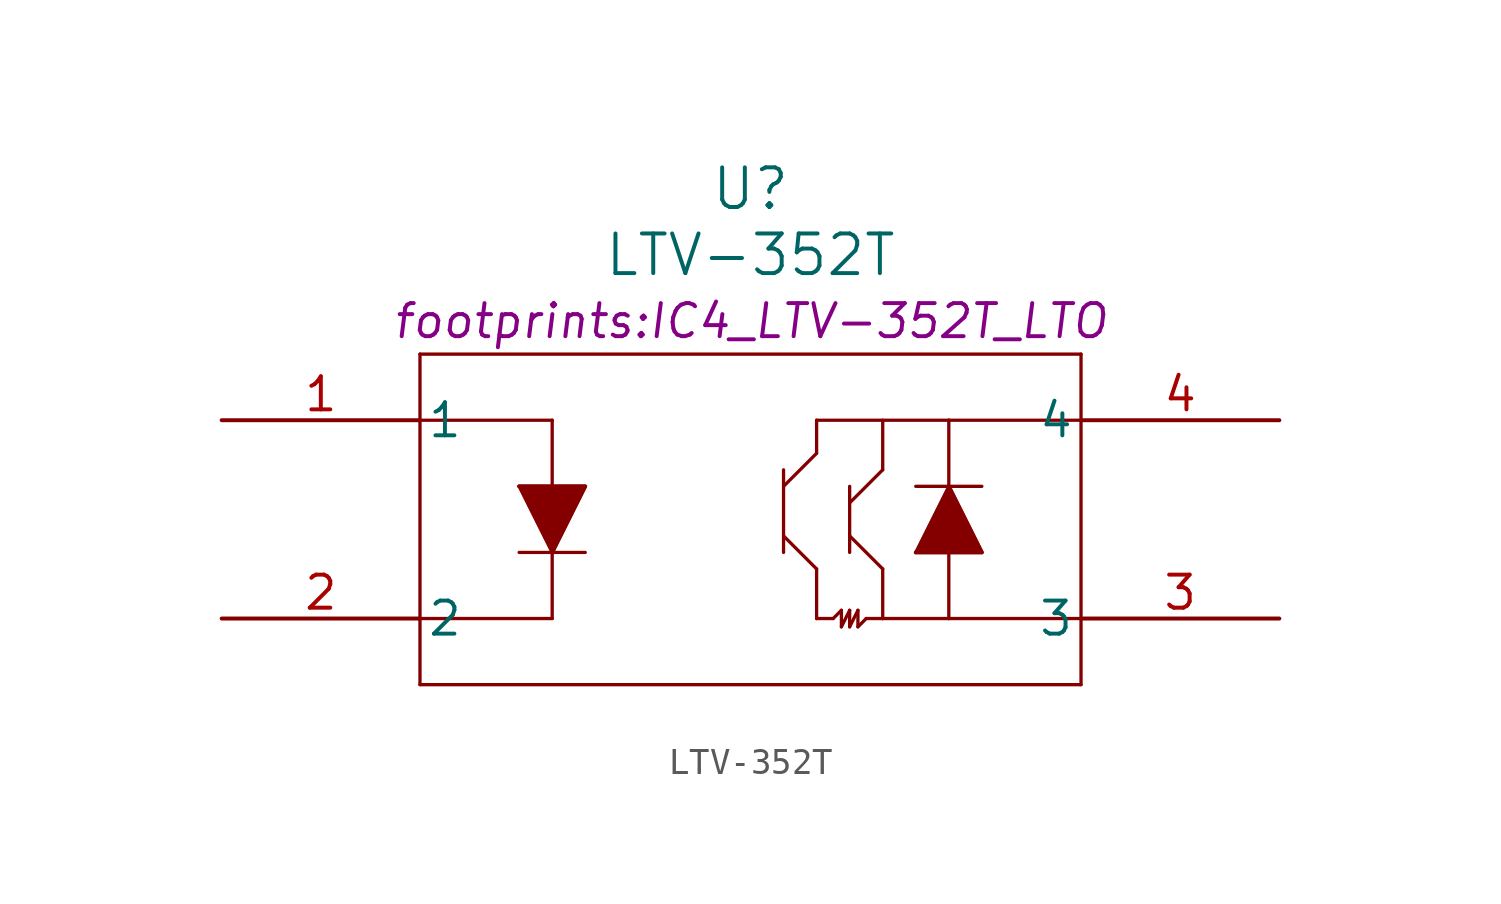
<source format=kicad_sym>
(kicad_symbol_lib
  (version 20220914)
  (generator kicad_symbol_editor)
  (symbol "LTV-352T"
    (pin_names
      (offset 0.254))
    (property "Reference" "U"
      (at 0 12.7 0)
      (effects (font (size 1.524 1.524))))
    (property "Value" "LTV-352T"
      (at 0 10.16 0)
      (effects (font (size 1.524 1.524))))
    (property "Footprint" "footprints:IC4_LTV-352T_LTO"
      (at 0 7.62 0)
      (effects (font (size 1.27 1.27) italic)))
    (symbol "LTV-352T_0_1"
      (polyline (pts (xy -12.7 -6.35) (xy 12.7 -6.35)) (stroke (width 0.127) (type default)) (fill (type none)))
      (polyline (pts (xy -12.7 -3.81) (xy -7.62 -3.81)) (stroke (width 0.127) (type default)) (fill (type none)))
      (polyline (pts (xy -12.7 3.81) (xy -7.62 3.81)) (stroke (width 0.127) (type default)) (fill (type none)))
      (polyline (pts (xy -12.7 6.35) (xy -12.7 -6.35)) (stroke (width 0.127) (type default)) (fill (type none)))
      (polyline (pts (xy -8.89 -1.27) (xy -6.35 -1.27)) (stroke (width 0.127) (type default)) (fill (type none)))
      (polyline (pts (xy -8.89 1.27) (xy -7.62 -1.27)) (stroke (width 0.127) (type default)) (fill (type none)))
      (polyline (pts (xy -8.89 1.27) (xy -6.35 1.27)) (stroke (width 0.127) (type default)) (fill (type none)))
      (polyline (pts (xy -7.62 3.81) (xy -7.62 -3.81)) (stroke (width 0.127) (type default)) (fill (type none)))
      (polyline (pts (xy -6.35 1.27) (xy -7.62 -1.27)) (stroke (width 0.127) (type default)) (fill (type none)))
      (polyline (pts (xy 1.27 -0.635) (xy 2.54 -1.905)) (stroke (width 0.127) (type default)) (fill (type none)))
      (polyline (pts (xy 1.27 1.905) (xy 1.27 -1.27)) (stroke (width 0.127) (type default)) (fill (type none)))
      (polyline (pts (xy 2.54 -3.81) (xy 3.175 -3.81)) (stroke (width 0.127) (type default)) (fill (type none)))
      (polyline (pts (xy 2.54 -1.905) (xy 2.54 -3.81)) (stroke (width 0.127) (type default)) (fill (type none)))
      (polyline (pts (xy 2.54 2.54) (xy 1.27 1.27)) (stroke (width 0.127) (type default)) (fill (type none)))
      (polyline (pts (xy 2.54 3.81) (xy 2.54 2.54)) (stroke (width 0.127) (type default)) (fill (type none)))
      (polyline (pts (xy 3.175 -3.81) (xy 3.493 -3.493)) (stroke (width 0.127) (type default)) (fill (type none)))
      (polyline (pts (xy 3.493 -4.128) (xy 3.81 -3.493)) (stroke (width 0.127) (type default)) (fill (type none)))
      (polyline (pts (xy 3.493 -3.493) (xy 3.493 -4.128)) (stroke (width 0.127) (type default)) (fill (type none)))
      (polyline (pts (xy 3.81 -4.128) (xy 4.128 -3.493)) (stroke (width 0.127) (type default)) (fill (type none)))
      (polyline (pts (xy 3.81 -3.493) (xy 3.81 -4.128)) (stroke (width 0.127) (type default)) (fill (type none)))
      (polyline (pts (xy 3.81 -0.635) (xy 5.08 -1.905)) (stroke (width 0.127) (type default)) (fill (type none)))
      (polyline (pts (xy 3.81 0.635) (xy 5.08 1.905)) (stroke (width 0.127) (type default)) (fill (type none)))
      (polyline (pts (xy 3.81 1.27) (xy 3.81 -1.27)) (stroke (width 0.127) (type default)) (fill (type none)))
      (polyline (pts (xy 4.128 -4.128) (xy 4.445 -3.81)) (stroke (width 0.127) (type default)) (fill (type none)))
      (polyline (pts (xy 4.128 -3.493) (xy 4.128 -4.128)) (stroke (width 0.127) (type default)) (fill (type none)))
      (polyline (pts (xy 5.08 -3.81) (xy 4.445 -3.81)) (stroke (width 0.127) (type default)) (fill (type none)))
      (polyline (pts (xy 5.08 -1.905) (xy 5.08 -3.81)) (stroke (width 0.127) (type default)) (fill (type none)))
      (polyline (pts (xy 5.08 1.905) (xy 5.08 3.81)) (stroke (width 0.127) (type default)) (fill (type none)))
      (polyline (pts (xy 6.35 -1.27) (xy 7.62 1.27)) (stroke (width 0.127) (type default)) (fill (type none)))
      (polyline (pts (xy 6.35 -1.27) (xy 8.89 -1.27)) (stroke (width 0.127) (type default)) (fill (type none)))
      (polyline (pts (xy 6.35 1.27) (xy 8.89 1.27)) (stroke (width 0.127) (type default)) (fill (type none)))
      (polyline (pts (xy 7.62 -3.81) (xy 5.08 -3.81)) (stroke (width 0.127) (type default)) (fill (type none)))
      (polyline (pts (xy 7.62 -3.81) (xy 12.7 -3.81)) (stroke (width 0.127) (type default)) (fill (type none)))
      (polyline (pts (xy 7.62 1.27) (xy 8.89 -1.27)) (stroke (width 0.127) (type default)) (fill (type none)))
      (polyline (pts (xy 7.62 3.81) (xy 2.54 3.81)) (stroke (width 0.127) (type default)) (fill (type none)))
      (polyline (pts (xy 7.62 3.81) (xy 7.62 -3.81)) (stroke (width 0.127) (type default)) (fill (type none)))
      (polyline (pts (xy 12.7 -6.35) (xy 12.7 6.35)) (stroke (width 0.127) (type default)) (fill (type none)))
      (polyline (pts (xy 12.7 3.81) (xy 7.62 3.81)) (stroke (width 0.127) (type default)) (fill (type none)))
      (polyline (pts (xy 12.7 6.35) (xy -12.7 6.35)) (stroke (width 0.127) (type default)) (fill (type none)))
      (polyline (pts (xy -8.89 1.27) (xy -6.35 1.27) (xy -7.62 -1.27)) (stroke (width 0) (type default)) (fill (type outline)))
      (polyline (pts (xy 6.35 -1.27) (xy 8.89 -1.27) (xy 7.62 1.27)) (stroke (width 0) (type default)) (fill (type outline)))
      (pin passive line (at -20.32 3.81 0) (length 7.62) (name "1" (effects (font (size 1.27 1.27)))) (number "1" (effects (font (size 1.27 1.27)))))
      (pin passive line (at -20.32 -3.81 0) (length 7.62) (name "2" (effects (font (size 1.27 1.27)))) (number "2" (effects (font (size 1.27 1.27)))))
      (pin passive line (at 20.32 -3.81 180) (length 7.62) (name "3" (effects (font (size 1.27 1.27)))) (number "3" (effects (font (size 1.27 1.27)))))
      (pin passive line (at 20.32 3.81 180) (length 7.62) (name "4" (effects (font (size 1.27 1.27)))) (number "4" (effects (font (size 1.27 1.27))))))))
</source>
